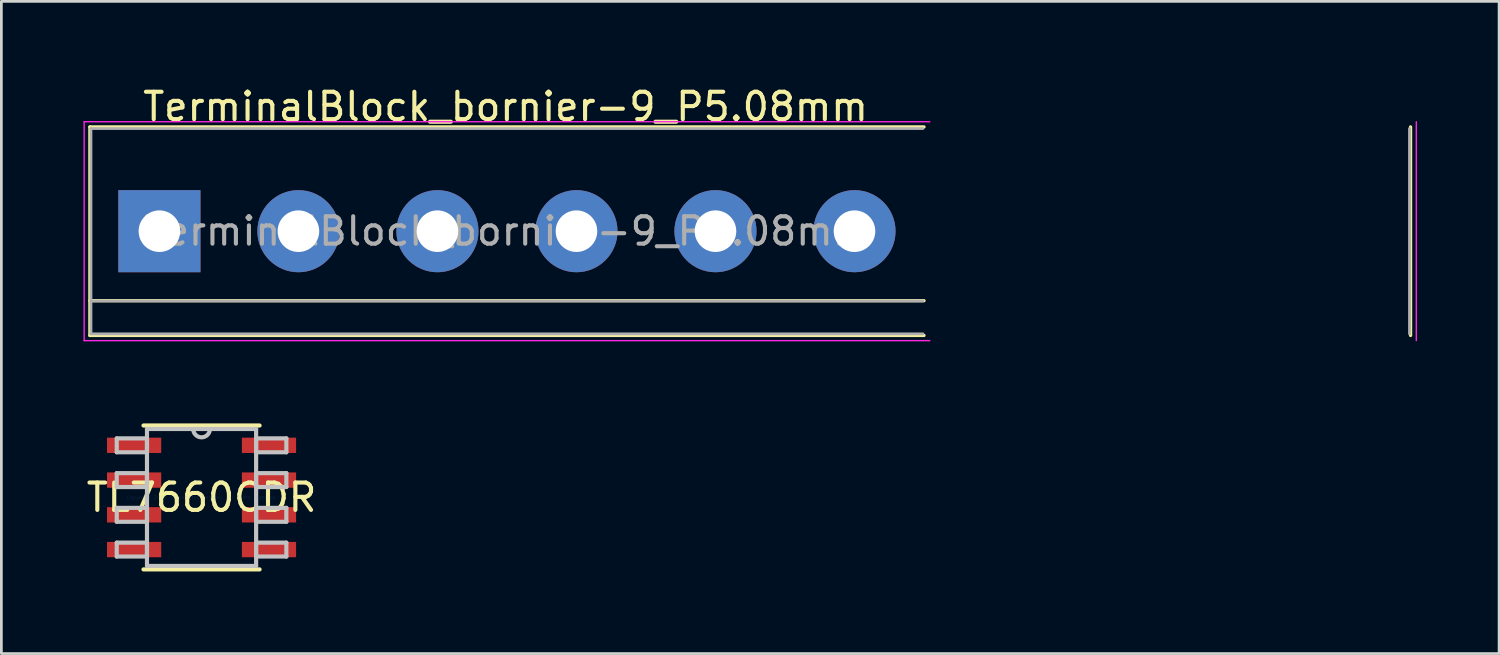
<source format=kicad_pcb>
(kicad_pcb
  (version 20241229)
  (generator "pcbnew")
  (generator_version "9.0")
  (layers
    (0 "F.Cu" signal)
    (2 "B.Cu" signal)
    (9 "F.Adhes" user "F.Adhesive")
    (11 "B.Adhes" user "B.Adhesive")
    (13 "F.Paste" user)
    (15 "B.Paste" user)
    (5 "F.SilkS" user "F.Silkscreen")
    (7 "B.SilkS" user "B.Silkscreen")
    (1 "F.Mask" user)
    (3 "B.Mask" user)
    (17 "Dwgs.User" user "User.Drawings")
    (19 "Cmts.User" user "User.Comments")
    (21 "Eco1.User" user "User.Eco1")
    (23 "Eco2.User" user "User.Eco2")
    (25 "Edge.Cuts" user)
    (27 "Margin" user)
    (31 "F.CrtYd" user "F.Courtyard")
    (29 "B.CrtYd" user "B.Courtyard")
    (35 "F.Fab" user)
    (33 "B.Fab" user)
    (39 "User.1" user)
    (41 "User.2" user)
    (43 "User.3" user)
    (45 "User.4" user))
  (footprint "TL7660CDR"
    (layer "F.Cu")
    (at 4.315 15.128)
    (property "Reference" "TL7660CDR" (at 0 0 0) (layer "F.SilkS") (effects (font (size 1 1) (thickness 0.15))))
    (attr through_hole)
    (fp_line (start -2.121 2.629) (end 2.121 2.629) (stroke (width 0.152) (type solid)) (layer "F.SilkS"))
    (fp_line (start 2.121 -2.629) (end -2.121 -2.629) (stroke (width 0.152) (type solid)) (layer "F.SilkS"))
    (fp_line (start -3.099 -2.159) (end -3.099 -1.651) (stroke (width 0.152) (type solid)) (layer "Dwgs.User"))
    (fp_line (start -3.099 -1.651) (end -1.994 -1.651) (stroke (width 0.152) (type solid)) (layer "Dwgs.User"))
    (fp_line (start -3.099 -0.889) (end -3.099 -0.381) (stroke (width 0.152) (type solid)) (layer "Dwgs.User"))
    (fp_line (start -3.099 -0.381) (end -1.994 -0.381) (stroke (width 0.152) (type solid)) (layer "Dwgs.User"))
    (fp_line (start -3.099 0.381) (end -3.099 0.889) (stroke (width 0.152) (type solid)) (layer "Dwgs.User"))
    (fp_line (start -3.099 0.889) (end -1.994 0.889) (stroke (width 0.152) (type solid)) (layer "Dwgs.User"))
    (fp_line (start -3.099 1.651) (end -3.099 2.159) (stroke (width 0.152) (type solid)) (layer "Dwgs.User"))
    (fp_line (start -3.099 2.159) (end -1.994 2.159) (stroke (width 0.152) (type solid)) (layer "Dwgs.User"))
    (fp_line (start -1.994 -2.502) (end -1.994 2.502) (stroke (width 0.152) (type solid)) (layer "Dwgs.User"))
    (fp_line (start -1.994 -2.159) (end -3.099 -2.159) (stroke (width 0.152) (type solid)) (layer "Dwgs.User"))
    (fp_line (start -1.994 -1.651) (end -1.994 -2.159) (stroke (width 0.152) (type solid)) (layer "Dwgs.User"))
    (fp_line (start -1.994 -0.889) (end -3.099 -0.889) (stroke (width 0.152) (type solid)) (layer "Dwgs.User"))
    (fp_line (start -1.994 -0.381) (end -1.994 -0.889) (stroke (width 0.152) (type solid)) (layer "Dwgs.User"))
    (fp_line (start -1.994 0.381) (end -3.099 0.381) (stroke (width 0.152) (type solid)) (layer "Dwgs.User"))
    (fp_line (start -1.994 0.889) (end -1.994 0.381) (stroke (width 0.152) (type solid)) (layer "Dwgs.User"))
    (fp_line (start -1.994 1.651) (end -3.099 1.651) (stroke (width 0.152) (type solid)) (layer "Dwgs.User"))
    (fp_line (start -1.994 2.159) (end -1.994 1.651) (stroke (width 0.152) (type solid)) (layer "Dwgs.User"))
    (fp_line (start -1.994 2.502) (end 1.994 2.502) (stroke (width 0.152) (type solid)) (layer "Dwgs.User"))
    (fp_line (start 1.994 -2.502) (end -1.994 -2.502) (stroke (width 0.152) (type solid)) (layer "Dwgs.User"))
    (fp_line (start 1.994 -2.159) (end 1.994 -1.651) (stroke (width 0.152) (type solid)) (layer "Dwgs.User"))
    (fp_line (start 1.994 -1.651) (end 3.099 -1.651) (stroke (width 0.152) (type solid)) (layer "Dwgs.User"))
    (fp_line (start 1.994 -0.889) (end 1.994 -0.381) (stroke (width 0.152) (type solid)) (layer "Dwgs.User"))
    (fp_line (start 1.994 -0.381) (end 3.099 -0.381) (stroke (width 0.152) (type solid)) (layer "Dwgs.User"))
    (fp_line (start 1.994 0.381) (end 1.994 0.889) (stroke (width 0.152) (type solid)) (layer "Dwgs.User"))
    (fp_line (start 1.994 0.889) (end 3.099 0.889) (stroke (width 0.152) (type solid)) (layer "Dwgs.User"))
    (fp_line (start 1.994 1.651) (end 1.994 2.159) (stroke (width 0.152) (type solid)) (layer "Dwgs.User"))
    (fp_line (start 1.994 2.159) (end 3.099 2.159) (stroke (width 0.152) (type solid)) (layer "Dwgs.User"))
    (fp_line (start 1.994 2.502) (end 1.994 -2.502) (stroke (width 0.152) (type solid)) (layer "Dwgs.User"))
    (fp_line (start 3.099 -2.159) (end 1.994 -2.159) (stroke (width 0.152) (type solid)) (layer "Dwgs.User"))
    (fp_line (start 3.099 -1.651) (end 3.099 -2.159) (stroke (width 0.152) (type solid)) (layer "Dwgs.User"))
    (fp_line (start 3.099 -0.889) (end 1.994 -0.889) (stroke (width 0.152) (type solid)) (layer "Dwgs.User"))
    (fp_line (start 3.099 -0.381) (end 3.099 -0.889) (stroke (width 0.152) (type solid)) (layer "Dwgs.User"))
    (fp_line (start 3.099 0.381) (end 1.994 0.381) (stroke (width 0.152) (type solid)) (layer "Dwgs.User"))
    (fp_line (start 3.099 0.889) (end 3.099 0.381) (stroke (width 0.152) (type solid)) (layer "Dwgs.User"))
    (fp_line (start 3.099 1.651) (end 1.994 1.651) (stroke (width 0.152) (type solid)) (layer "Dwgs.User"))
    (fp_line (start 3.099 2.159) (end 3.099 1.651) (stroke (width 0.152) (type solid)) (layer "Dwgs.User"))
    (fp_arc (start 0.3048 -2.5019) (mid 0 -2.1971) (end -0.3048 -2.5019) (stroke (width 0.1524) (type solid)) (layer "Dwgs.User"))
    (fp_text user "Copyright 2016 Accelerated Designs. All rights reserved." (at 0 0 0) (layer "Cmts.User") (effects (font (size 0.127 0.127) (thickness 0.002))))
    (pad "" smd rect (at -2.464 -1.905) (size 1.981 0.559) (layers "F.Mask"))
    (pad "" smd rect (at -2.464 -1.905) (size 1.981 0.559) (layers "F.Paste"))
    (pad "" smd rect (at -2.464 -0.635) (size 1.981 0.559) (layers "F.Mask"))
    (pad "" smd rect (at -2.464 -0.635) (size 1.981 0.559) (layers "F.Paste"))
    (pad "" smd rect (at -2.464 0.635) (size 1.981 0.559) (layers "F.Mask"))
    (pad "" smd rect (at -2.464 0.635) (size 1.981 0.559) (layers "F.Paste"))
    (pad "" smd rect (at -2.464 1.905) (size 1.981 0.559) (layers "F.Mask"))
    (pad "" smd rect (at -2.464 1.905) (size 1.981 0.559) (layers "F.Paste"))
    (pad "" smd rect (at 2.464 -1.905) (size 1.981 0.559) (layers "F.Mask"))
    (pad "" smd rect (at 2.464 -1.905) (size 1.981 0.559) (layers "F.Paste"))
    (pad "" smd rect (at 2.464 -0.635) (size 1.981 0.559) (layers "F.Mask"))
    (pad "" smd rect (at 2.464 -0.635) (size 1.981 0.559) (layers "F.Paste"))
    (pad "" smd rect (at 2.464 0.635) (size 1.981 0.559) (layers "F.Mask"))
    (pad "" smd rect (at 2.464 0.635) (size 1.981 0.559) (layers "F.Paste"))
    (pad "" smd rect (at 2.464 1.905) (size 1.981 0.559) (layers "F.Mask"))
    (pad "" smd rect (at 2.464 1.905) (size 1.981 0.559) (layers "F.Paste"))
    (pad "1" smd rect (at -2.464 -1.905) (size 1.981 0.559) (layers "F.Cu"))
    (pad "2" smd rect (at -2.464 -0.635) (size 1.981 0.559) (layers "F.Cu"))
    (pad "3" smd rect (at -2.464 0.635) (size 1.981 0.559) (layers "F.Cu"))
    (pad "4" smd rect (at -2.464 1.905) (size 1.981 0.559) (layers "F.Cu"))
    (pad "5" smd rect (at 2.464 1.905) (size 1.981 0.559) (layers "F.Cu"))
    (pad "6" smd rect (at 2.464 0.635) (size 1.981 0.559) (layers "F.Cu"))
    (pad "7" smd rect (at 2.464 -0.635) (size 1.981 0.559) (layers "F.Cu"))
    (pad "8" smd rect (at 2.464 -1.905) (size 1.981 0.559) (layers "F.Cu")))
  (footprint "TerminalBlock_bornier-9_P5.08mm"
    (layer "F.Cu")
    (at 2.775 5.398)
    (property "Reference" "TerminalBlock_bornier-9_P5.08mm" (at 12.65 -4.55 0) (layer "F.SilkS") (effects (font (size 1 1) (thickness 0.15))))
    (attr through_hole)
    (fp_line (start -2.54 -3.81) (end -2.54 3.81) (stroke (width 0.12) (type solid)) (layer "F.SilkS"))
    (fp_line (start -2.54 -3.81) (end 27.94 -3.81) (stroke (width 0.12) (type solid)) (layer "F.SilkS"))
    (fp_line (start -2.54 2.54) (end 27.94 2.54) (stroke (width 0.12) (type solid)) (layer "F.SilkS"))
    (fp_line (start -2.54 3.81) (end 27.94 3.81) (stroke (width 0.12) (type solid)) (layer "F.SilkS"))
    (fp_line (start 45.72 3.81) (end 45.72 -3.81) (stroke (width 0.12) (type solid)) (layer "F.SilkS"))
    (fp_line (start -2.75 -4) (end -2.75 4) (stroke (width 0.05) (type solid)) (layer "F.CrtYd"))
    (fp_line (start -2.75 -4) (end 28.15 -4) (stroke (width 0.05) (type solid)) (layer "F.CrtYd"))
    (fp_line (start 28.15 4) (end -2.75 4) (stroke (width 0.05) (type solid)) (layer "F.CrtYd"))
    (fp_line (start 45.93 4) (end 45.93 -4) (stroke (width 0.05) (type solid)) (layer "F.CrtYd"))
    (fp_line (start -2.5 -3.75) (end -2.5 3.75) (stroke (width 0.1) (type solid)) (layer "F.Fab"))
    (fp_line (start -2.5 2.55) (end 27.9 2.55) (stroke (width 0.1) (type solid)) (layer "F.Fab"))
    (fp_line (start -2.5 3.75) (end 27.9 3.75) (stroke (width 0.1) (type solid)) (layer "F.Fab"))
    (fp_line (start 27.9 -3.75) (end -2.5 -3.75) (stroke (width 0.1) (type solid)) (layer "F.Fab"))
    (fp_line (start 45.68 3.75) (end 45.68 -3.75) (stroke (width 0.1) (type solid)) (layer "F.Fab"))
    (fp_text user "${REFERENCE}" (at 12.7 0 0) (layer "F.Fab") (effects (font (size 1 1) (thickness 0.15))))
    (pad "1" thru_hole rect (at 0 0) (size 3 3) (drill 1.52) (layers "*.Cu" "*.Mask"))
    (pad "2" thru_hole circle (at 5.08 0) (size 3 3) (drill 1.52) (layers "*.Cu" "*.Mask"))
    (pad "3" thru_hole circle (at 10.16 0) (size 3 3) (drill 1.52) (layers "*.Cu" "*.Mask"))
    (pad "4" thru_hole circle (at 15.24 0) (size 3 3) (drill 1.52) (layers "*.Cu" "*.Mask"))
    (pad "5" thru_hole circle (at 20.32 0) (size 3 3) (drill 1.52) (layers "*.Cu" "*.Mask"))
    (pad "6" thru_hole circle (at 25.4 0) (size 3 3) (drill 1.52) (layers "*.Cu" "*.Mask")))
  (gr_rect
    (start -3 -3)
    (end 51.73 20.833)
    (stroke (width 0.1) (type default))
    (fill no)
    (layer "Edge.Cuts")))
</source>
